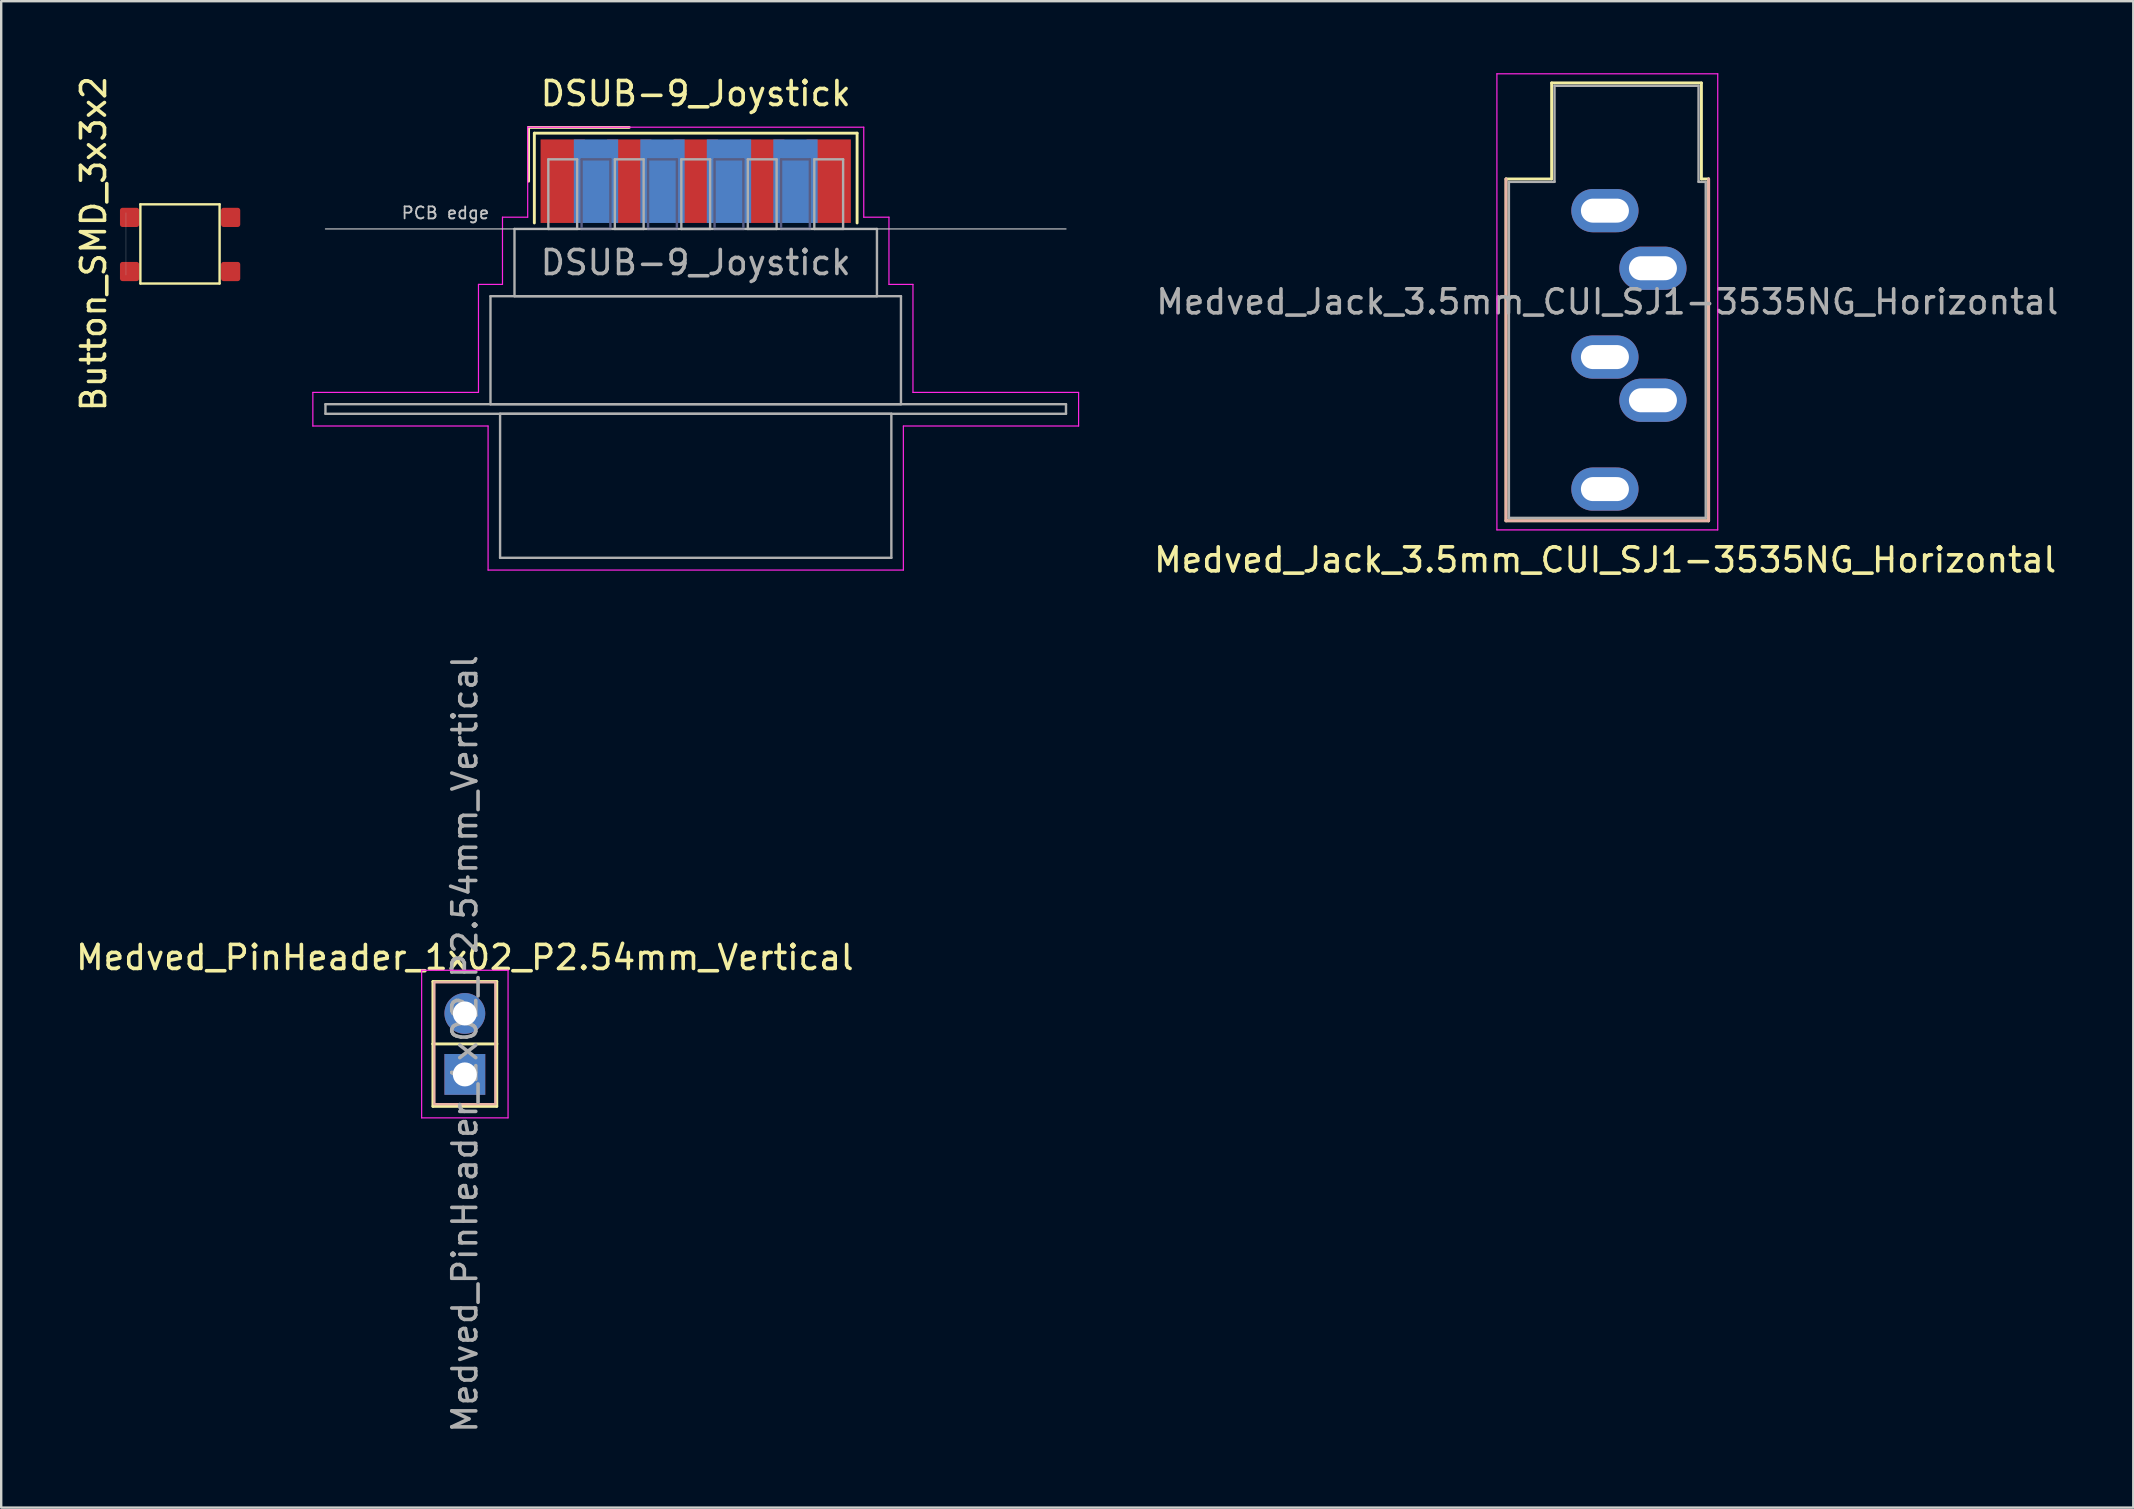
<source format=kicad_pcb>
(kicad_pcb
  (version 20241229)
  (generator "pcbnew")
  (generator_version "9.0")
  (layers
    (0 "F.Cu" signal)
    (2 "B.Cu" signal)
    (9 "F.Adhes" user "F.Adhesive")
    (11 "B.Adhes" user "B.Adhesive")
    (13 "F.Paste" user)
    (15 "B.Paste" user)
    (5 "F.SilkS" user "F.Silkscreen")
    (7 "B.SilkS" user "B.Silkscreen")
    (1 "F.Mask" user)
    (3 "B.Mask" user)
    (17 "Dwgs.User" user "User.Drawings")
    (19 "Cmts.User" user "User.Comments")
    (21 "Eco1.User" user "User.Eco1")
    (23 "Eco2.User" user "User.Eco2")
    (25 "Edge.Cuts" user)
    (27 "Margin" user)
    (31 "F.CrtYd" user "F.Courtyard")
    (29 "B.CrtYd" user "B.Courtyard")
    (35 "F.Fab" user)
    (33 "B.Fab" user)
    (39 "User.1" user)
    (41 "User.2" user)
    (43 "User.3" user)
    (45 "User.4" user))
  (footprint "Button_SMD_3x3x2"
    (layer "F.Cu")
    (at 2.798 5.461)
    (property "Reference" "Button_SMD_3x3x2" (at -1.95 1.64 270) (layer "F.SilkS") (effects (font (size 1 1) (thickness 0.15))))
    (attr smd)
    (fp_line (start 0 0) (end 0 3.3) (stroke (width 0.1) (type default)) (layer "F.SilkS"))
    (fp_line (start 0 0) (end 3.3 0) (stroke (width 0.1) (type default)) (layer "F.SilkS"))
    (fp_line (start 3.3 3.3) (end 0 3.3) (stroke (width 0.1) (type default)) (layer "F.SilkS"))
    (fp_line (start 3.3 3.3) (end 3.3 0) (stroke (width 0.1) (type default)) (layer "F.SilkS"))
    (fp_line (start -0.6 2.95) (end -0.6 0.35) (stroke (width 0.01) (type default)) (layer "Dwgs.User"))
    (pad "1" smd roundrect (at -0.45 0.545) (size 0.8 0.8) (layers "F.Cu" "F.Mask" "F.Paste") (roundrect_rratio 0.131))
    (pad "2" smd roundrect (at 3.76 0.545) (size 0.8 0.8) (layers "F.Cu" "F.Mask" "F.Paste") (roundrect_rratio 0.131))
    (pad "3" smd roundrect (at -0.45 2.8) (size 0.8 0.8) (layers "F.Cu" "F.Mask" "F.Paste") (roundrect_rratio 0.131))
    (pad "4" smd roundrect (at 3.76 2.8) (size 0.8 0.8) (layers "F.Cu" "F.Mask" "F.Paste") (roundrect_rratio 0.131)))
  (footprint "DSUB-9_Joystick"
    (layer "F.Cu")
    (at 25.933 4.498)
    (property "Reference" "DSUB-9_Joystick" (at 0 -3.65 0) (layer "F.SilkS") (effects (font (size 1 1) (thickness 0.15))))
    (attr smd)
    (fp_line (start -6.963 -2.24) (end -2.77 -2.24) (stroke (width 0.12) (type solid)) (layer "F.SilkS"))
    (fp_line (start -6.963 0) (end -6.963 -2.24) (stroke (width 0.12) (type solid)) (layer "F.SilkS"))
    (fp_line (start -6.723 -2) (end -6.723 1.74) (stroke (width 0.12) (type solid)) (layer "F.SilkS"))
    (fp_line (start 6.723 -2) (end -6.723 -2) (stroke (width 0.12) (type solid)) (layer "F.SilkS"))
    (fp_line (start 6.723 1.74) (end 6.723 -2) (stroke (width 0.12) (type solid)) (layer "F.SilkS"))
    (fp_line (start -15.425 1.99) (end 15.425 1.99) (stroke (width 0.05) (type solid)) (layer "Dwgs.User"))
    (fp_line (start -15.95 8.8) (end -9.05 8.8) (stroke (width 0.05) (type solid)) (layer "F.CrtYd"))
    (fp_line (start -15.95 10.2) (end -15.95 8.8) (stroke (width 0.05) (type solid)) (layer "F.CrtYd"))
    (fp_line (start -9.05 4.3) (end -8.05 4.3) (stroke (width 0.05) (type solid)) (layer "F.CrtYd"))
    (fp_line (start -9.05 8.8) (end -9.05 4.3) (stroke (width 0.05) (type solid)) (layer "F.CrtYd"))
    (fp_line (start -8.65 10.2) (end -15.95 10.2) (stroke (width 0.05) (type solid)) (layer "F.CrtYd"))
    (fp_line (start -8.65 16.2) (end -8.65 10.2) (stroke (width 0.05) (type solid)) (layer "F.CrtYd"))
    (fp_line (start -8.05 1.5) (end -7 1.5) (stroke (width 0.05) (type solid)) (layer "F.CrtYd"))
    (fp_line (start -8.05 4.3) (end -8.05 1.5) (stroke (width 0.05) (type solid)) (layer "F.CrtYd"))
    (fp_line (start -7 -2.25) (end 7 -2.25) (stroke (width 0.05) (type solid)) (layer "F.CrtYd"))
    (fp_line (start -7 1.5) (end -7 -2.25) (stroke (width 0.05) (type solid)) (layer "F.CrtYd"))
    (fp_line (start 7 -2.25) (end 7 1.5) (stroke (width 0.05) (type solid)) (layer "F.CrtYd"))
    (fp_line (start 7 1.5) (end 8.05 1.5) (stroke (width 0.05) (type solid)) (layer "F.CrtYd"))
    (fp_line (start 8.05 1.5) (end 8.05 4.3) (stroke (width 0.05) (type solid)) (layer "F.CrtYd"))
    (fp_line (start 8.05 4.3) (end 9.05 4.3) (stroke (width 0.05) (type solid)) (layer "F.CrtYd"))
    (fp_line (start 8.65 10.2) (end 8.65 16.2) (stroke (width 0.05) (type solid)) (layer "F.CrtYd"))
    (fp_line (start 8.65 16.2) (end -8.65 16.2) (stroke (width 0.05) (type solid)) (layer "F.CrtYd"))
    (fp_line (start 9.05 4.3) (end 9.05 8.8) (stroke (width 0.05) (type solid)) (layer "F.CrtYd"))
    (fp_line (start 9.05 8.8) (end 15.95 8.8) (stroke (width 0.05) (type solid)) (layer "F.CrtYd"))
    (fp_line (start 15.95 8.8) (end 15.95 10.2) (stroke (width 0.05) (type solid)) (layer "F.CrtYd"))
    (fp_line (start 15.95 10.2) (end 8.65 10.2) (stroke (width 0.05) (type solid)) (layer "F.CrtYd"))
    (fp_line (start -4.755 -0.91) (end -4.755 1.99) (stroke (width 0.1) (type solid)) (layer "B.Fab"))
    (fp_line (start -4.755 1.99) (end -3.555 1.99) (stroke (width 0.1) (type solid)) (layer "B.Fab"))
    (fp_line (start -3.555 -0.91) (end -4.755 -0.91) (stroke (width 0.1) (type solid)) (layer "B.Fab"))
    (fp_line (start -3.555 1.99) (end -3.555 -0.91) (stroke (width 0.1) (type solid)) (layer "B.Fab"))
    (fp_line (start -1.985 -0.91) (end -1.985 1.99) (stroke (width 0.1) (type solid)) (layer "B.Fab"))
    (fp_line (start -1.985 1.99) (end -0.785 1.99) (stroke (width 0.1) (type solid)) (layer "B.Fab"))
    (fp_line (start -0.785 -0.91) (end -1.985 -0.91) (stroke (width 0.1) (type solid)) (layer "B.Fab"))
    (fp_line (start -0.785 1.99) (end -0.785 -0.91) (stroke (width 0.1) (type solid)) (layer "B.Fab"))
    (fp_line (start 0.785 -0.91) (end 0.785 1.99) (stroke (width 0.1) (type solid)) (layer "B.Fab"))
    (fp_line (start 0.785 1.99) (end 1.985 1.99) (stroke (width 0.1) (type solid)) (layer "B.Fab"))
    (fp_line (start 1.985 -0.91) (end 0.785 -0.91) (stroke (width 0.1) (type solid)) (layer "B.Fab"))
    (fp_line (start 1.985 1.99) (end 1.985 -0.91) (stroke (width 0.1) (type solid)) (layer "B.Fab"))
    (fp_line (start 3.555 -0.91) (end 3.555 1.99) (stroke (width 0.1) (type solid)) (layer "B.Fab"))
    (fp_line (start 3.555 1.99) (end 4.755 1.99) (stroke (width 0.1) (type solid)) (layer "B.Fab"))
    (fp_line (start 4.755 -0.91) (end 3.555 -0.91) (stroke (width 0.1) (type solid)) (layer "B.Fab"))
    (fp_line (start 4.755 1.99) (end 4.755 -0.91) (stroke (width 0.1) (type solid)) (layer "B.Fab"))
    (fp_line (start -15.425 9.29) (end -15.425 9.69) (stroke (width 0.1) (type solid)) (layer "F.Fab"))
    (fp_line (start -15.425 9.69) (end 15.425 9.69) (stroke (width 0.1) (type solid)) (layer "F.Fab"))
    (fp_line (start -8.55 4.79) (end -8.55 9.29) (stroke (width 0.1) (type solid)) (layer "F.Fab"))
    (fp_line (start -8.55 9.29) (end 8.55 9.29) (stroke (width 0.1) (type solid)) (layer "F.Fab"))
    (fp_line (start -8.15 9.69) (end -8.15 15.69) (stroke (width 0.1) (type solid)) (layer "F.Fab"))
    (fp_line (start -8.15 15.69) (end 8.15 15.69) (stroke (width 0.1) (type solid)) (layer "F.Fab"))
    (fp_line (start -7.55 1.99) (end -7.55 4.79) (stroke (width 0.1) (type solid)) (layer "F.Fab"))
    (fp_line (start -7.55 4.79) (end 7.55 4.79) (stroke (width 0.1) (type solid)) (layer "F.Fab"))
    (fp_line (start -6.14 -0.91) (end -6.14 1.99) (stroke (width 0.1) (type solid)) (layer "F.Fab"))
    (fp_line (start -6.14 1.99) (end -4.94 1.99) (stroke (width 0.1) (type solid)) (layer "F.Fab"))
    (fp_line (start -4.94 -0.91) (end -6.14 -0.91) (stroke (width 0.1) (type solid)) (layer "F.Fab"))
    (fp_line (start -4.94 1.99) (end -4.94 -0.91) (stroke (width 0.1) (type solid)) (layer "F.Fab"))
    (fp_line (start -3.37 -0.91) (end -3.37 1.99) (stroke (width 0.1) (type solid)) (layer "F.Fab"))
    (fp_line (start -3.37 1.99) (end -2.17 1.99) (stroke (width 0.1) (type solid)) (layer "F.Fab"))
    (fp_line (start -2.17 -0.91) (end -3.37 -0.91) (stroke (width 0.1) (type solid)) (layer "F.Fab"))
    (fp_line (start -2.17 1.99) (end -2.17 -0.91) (stroke (width 0.1) (type solid)) (layer "F.Fab"))
    (fp_line (start -0.6 -0.91) (end -0.6 1.99) (stroke (width 0.1) (type solid)) (layer "F.Fab"))
    (fp_line (start -0.6 1.99) (end 0.6 1.99) (stroke (width 0.1) (type solid)) (layer "F.Fab"))
    (fp_line (start 0.6 -0.91) (end -0.6 -0.91) (stroke (width 0.1) (type solid)) (layer "F.Fab"))
    (fp_line (start 0.6 1.99) (end 0.6 -0.91) (stroke (width 0.1) (type solid)) (layer "F.Fab"))
    (fp_line (start 2.17 -0.91) (end 2.17 1.99) (stroke (width 0.1) (type solid)) (layer "F.Fab"))
    (fp_line (start 2.17 1.99) (end 3.37 1.99) (stroke (width 0.1) (type solid)) (layer "F.Fab"))
    (fp_line (start 3.37 -0.91) (end 2.17 -0.91) (stroke (width 0.1) (type solid)) (layer "F.Fab"))
    (fp_line (start 3.37 1.99) (end 3.37 -0.91) (stroke (width 0.1) (type solid)) (layer "F.Fab"))
    (fp_line (start 4.94 -0.91) (end 4.94 1.99) (stroke (width 0.1) (type solid)) (layer "F.Fab"))
    (fp_line (start 4.94 1.99) (end 6.14 1.99) (stroke (width 0.1) (type solid)) (layer "F.Fab"))
    (fp_line (start 6.14 -0.91) (end 4.94 -0.91) (stroke (width 0.1) (type solid)) (layer "F.Fab"))
    (fp_line (start 6.14 1.99) (end 6.14 -0.91) (stroke (width 0.1) (type solid)) (layer "F.Fab"))
    (fp_line (start 7.55 1.99) (end -7.55 1.99) (stroke (width 0.1) (type solid)) (layer "F.Fab"))
    (fp_line (start 7.55 4.79) (end 7.55 1.99) (stroke (width 0.1) (type solid)) (layer "F.Fab"))
    (fp_line (start 8.15 9.69) (end -8.15 9.69) (stroke (width 0.1) (type solid)) (layer "F.Fab"))
    (fp_line (start 8.15 15.69) (end 8.15 9.69) (stroke (width 0.1) (type solid)) (layer "F.Fab"))
    (fp_line (start 8.55 4.79) (end -8.55 4.79) (stroke (width 0.1) (type solid)) (layer "F.Fab"))
    (fp_line (start 8.55 9.29) (end 8.55 4.79) (stroke (width 0.1) (type solid)) (layer "F.Fab"))
    (fp_line (start 15.425 9.29) (end -15.425 9.29) (stroke (width 0.1) (type solid)) (layer "F.Fab"))
    (fp_line (start 15.425 9.69) (end 15.425 9.29) (stroke (width 0.1) (type solid)) (layer "F.Fab"))
    (fp_text user "PCB edge" (at -10.425 1.323 0) (layer "Dwgs.User") (effects (font (size 0.5 0.5) (thickness 0.075))))
    (fp_text user "${REFERENCE}" (at 0 3.39 0) (layer "F.Fab") (effects (font (size 1 1) (thickness 0.15))))
    (pad "1" smd rect (at -5.54 0) (size 1.847 3.48) (layers "F.Cu" "F.Mask" "F.Paste"))
    (pad "2" smd rect (at -2.77 0) (size 1.847 3.48) (layers "F.Cu" "F.Mask" "F.Paste"))
    (pad "3" smd rect (at 0 0) (size 1.847 3.48) (layers "F.Cu" "F.Mask" "F.Paste"))
    (pad "4" smd rect (at 2.77 0) (size 1.847 3.48) (layers "F.Cu" "F.Mask" "F.Paste"))
    (pad "5" smd rect (at 5.54 0) (size 1.847 3.48) (layers "F.Cu" "F.Mask" "F.Paste"))
    (pad "6" smd rect (at -4.155 0) (size 1.847 3.48) (layers "B.Cu" "B.Mask" "B.Paste"))
    (pad "7" smd rect (at -1.385 0) (size 1.847 3.48) (layers "B.Cu" "B.Mask" "B.Paste"))
    (pad "8" smd rect (at 1.385 0) (size 1.847 3.48) (layers "B.Cu" "B.Mask" "B.Paste"))
    (pad "9" smd rect (at 4.155 0) (size 1.847 3.48) (layers "B.Cu" "B.Mask" "B.Paste")))
  (footprint "Medved_Jack_3.5mm_CUI_SJ1-3535NG_Horizontal"
    (layer "F.Cu")
    (at 63.809 5.725)
    (property "Reference" "Medved_Jack_3.5mm_CUI_SJ1-3535NG_Horizontal" (at 0.01 14.55 0) (layer "F.SilkS") (effects (font (size 1 1) (thickness 0.15))))
    (attr through_hole)
    (fp_line (start -4.12 -1.32) (end -2.22 -1.32) (stroke (width 0.12) (type solid)) (layer "F.SilkS"))
    (fp_line (start -4.12 12.92) (end -4.12 -1.32) (stroke (width 0.12) (type solid)) (layer "F.SilkS"))
    (fp_line (start -2.22 -5.32) (end 4.02 -5.32) (stroke (width 0.12) (type solid)) (layer "F.SilkS"))
    (fp_line (start -2.22 -1.32) (end -2.22 -5.32) (stroke (width 0.12) (type solid)) (layer "F.SilkS"))
    (fp_line (start 4.02 -5.32) (end 4.02 -1.32) (stroke (width 0.12) (type solid)) (layer "F.SilkS"))
    (fp_line (start 4.02 -1.32) (end 4.32 -1.32) (stroke (width 0.12) (type solid)) (layer "F.SilkS"))
    (fp_line (start 4.32 -1.32) (end 4.32 12.92) (stroke (width 0.12) (type solid)) (layer "F.SilkS"))
    (fp_line (start 4.32 12.92) (end -4.12 12.92) (stroke (width 0.12) (type solid)) (layer "F.SilkS"))
    (fp_line (start -4.12 12.92) (end -4.12 -1.32) (stroke (width 0.12) (type solid)) (layer "B.SilkS"))
    (fp_line (start 4.32 -1.32) (end 4.32 12.92) (stroke (width 0.12) (type solid)) (layer "B.SilkS"))
    (fp_line (start 4.32 12.92) (end -4.12 12.92) (stroke (width 0.12) (type solid)) (layer "B.SilkS"))
    (fp_line (start -4.5 -5.7) (end -4.5 13.3) (stroke (width 0.05) (type solid)) (layer "F.CrtYd"))
    (fp_line (start -4.5 13.3) (end 4.7 13.3) (stroke (width 0.05) (type solid)) (layer "F.CrtYd"))
    (fp_line (start 4.7 -5.7) (end -4.5 -5.7) (stroke (width 0.05) (type solid)) (layer "F.CrtYd"))
    (fp_line (start 4.7 13.3) (end 4.7 -5.7) (stroke (width 0.05) (type solid)) (layer "F.CrtYd"))
    (fp_line (start -4 -1.2) (end -2.1 -1.2) (stroke (width 0.1) (type solid)) (layer "F.Fab"))
    (fp_line (start -4 12.8) (end -4 -1.2) (stroke (width 0.1) (type solid)) (layer "F.Fab"))
    (fp_line (start -2.1 -5.2) (end 3.9 -5.2) (stroke (width 0.1) (type solid)) (layer "F.Fab"))
    (fp_line (start -2.1 -1.2) (end -2.1 -5.2) (stroke (width 0.1) (type solid)) (layer "F.Fab"))
    (fp_line (start 3.9 -5.2) (end 3.9 -1.2) (stroke (width 0.1) (type solid)) (layer "F.Fab"))
    (fp_line (start 3.9 -1.2) (end 4.2 -1.2) (stroke (width 0.1) (type solid)) (layer "F.Fab"))
    (fp_line (start 4.2 -1.2) (end 4.2 12.8) (stroke (width 0.1) (type solid)) (layer "F.Fab"))
    (fp_line (start 4.2 12.8) (end -4 12.8) (stroke (width 0.1) (type solid)) (layer "F.Fab"))
    (fp_text user "${REFERENCE}" (at 0.1 3.8 0) (layer "F.Fab") (effects (font (size 1 1) (thickness 0.15))))
    (pad "R" thru_hole oval (at 2 7.9) (size 2.8 1.8) (drill oval 2 1) (layers "*.Cu" "*.Mask"))
    (pad "RN" thru_hole oval (at 0 6.1) (size 2.8 1.8) (drill oval 2 1) (layers "*.Cu" "*.Mask"))
    (pad "S" thru_hole oval (at 0 0) (size 2.8 1.8) (drill oval 2 1) (layers "*.Cu" "*.Mask"))
    (pad "T" thru_hole oval (at 2 2.4) (size 2.8 1.8) (drill oval 2 1) (layers "*.Cu" "*.Mask"))
    (pad "TN" thru_hole oval (at 0 11.6) (size 2.8 1.8) (drill oval 2 1) (layers "*.Cu" "*.Mask")))
  (footprint "Medved_PinHeader_1x02_P2.54mm_Vertical"
    (layer "F.Cu")
    (at 16.315 39.169)
    (property "Reference" "Medved_PinHeader_1x02_P2.54mm_Vertical" (at 0 -2.33 0) (layer "F.SilkS") (effects (font (size 1 1) (thickness 0.15))))
    (attr through_hole)
    (fp_line (start -1.33 -1.33) (end 1.33 -1.33) (stroke (width 0.12) (type solid)) (layer "F.SilkS"))
    (fp_line (start -1.33 1.27) (end -1.33 -1.33) (stroke (width 0.12) (type solid)) (layer "F.SilkS"))
    (fp_line (start -1.33 1.27) (end -1.33 3.87) (stroke (width 0.12) (type solid)) (layer "F.SilkS"))
    (fp_line (start -1.33 1.27) (end 1.33 1.27) (stroke (width 0.12) (type solid)) (layer "F.SilkS"))
    (fp_line (start -1.33 3.87) (end 1.33 3.87) (stroke (width 0.12) (type solid)) (layer "F.SilkS"))
    (fp_line (start 1.33 1.27) (end 1.33 -1.33) (stroke (width 0.12) (type solid)) (layer "F.SilkS"))
    (fp_line (start 1.33 1.27) (end 1.33 3.87) (stroke (width 0.12) (type solid)) (layer "F.SilkS"))
    (fp_line (start -1.27 3.77) (end -1.27 -1.3) (stroke (width 0.1) (type solid)) (layer "B.SilkS"))
    (fp_line (start -1.26 -1.3) (end 1.27 -1.3) (stroke (width 0.1) (type solid)) (layer "B.SilkS"))
    (fp_line (start 1.27 3.78) (end -1.27 3.78) (stroke (width 0.1) (type solid)) (layer "B.SilkS"))
    (fp_line (start 1.27 -1.3) (end 1.27 3.77) (stroke (width 0.1) (type solid)) (layer "B.SilkS"))
    (fp_line (start -1.8 -1.8) (end -1.8 4.35) (stroke (width 0.05) (type solid)) (layer "F.CrtYd"))
    (fp_line (start -1.8 4.35) (end 1.8 4.35) (stroke (width 0.05) (type solid)) (layer "F.CrtYd"))
    (fp_line (start 1.8 -1.8) (end -1.8 -1.8) (stroke (width 0.05) (type solid)) (layer "F.CrtYd"))
    (fp_line (start 1.8 4.35) (end 1.8 -1.8) (stroke (width 0.05) (type solid)) (layer "F.CrtYd"))
    (fp_text user "${REFERENCE}" (at 0 1.27 90) (layer "F.Fab") (effects (font (size 1 1) (thickness 0.15))))
    (pad "1" thru_hole oval (at 0 0) (size 1.7 1.7) (drill 1) (layers "*.Cu" "*.Mask"))
    (pad "2" thru_hole rect (at 0 2.54) (size 1.7 1.7) (drill 1) (layers "*.Cu" "*.Mask")))
  (gr_rect
    (start -3 -3)
    (end 85.82 59.754)
    (stroke (width 0.1) (type default))
    (fill no)
    (layer "Edge.Cuts")))
</source>
